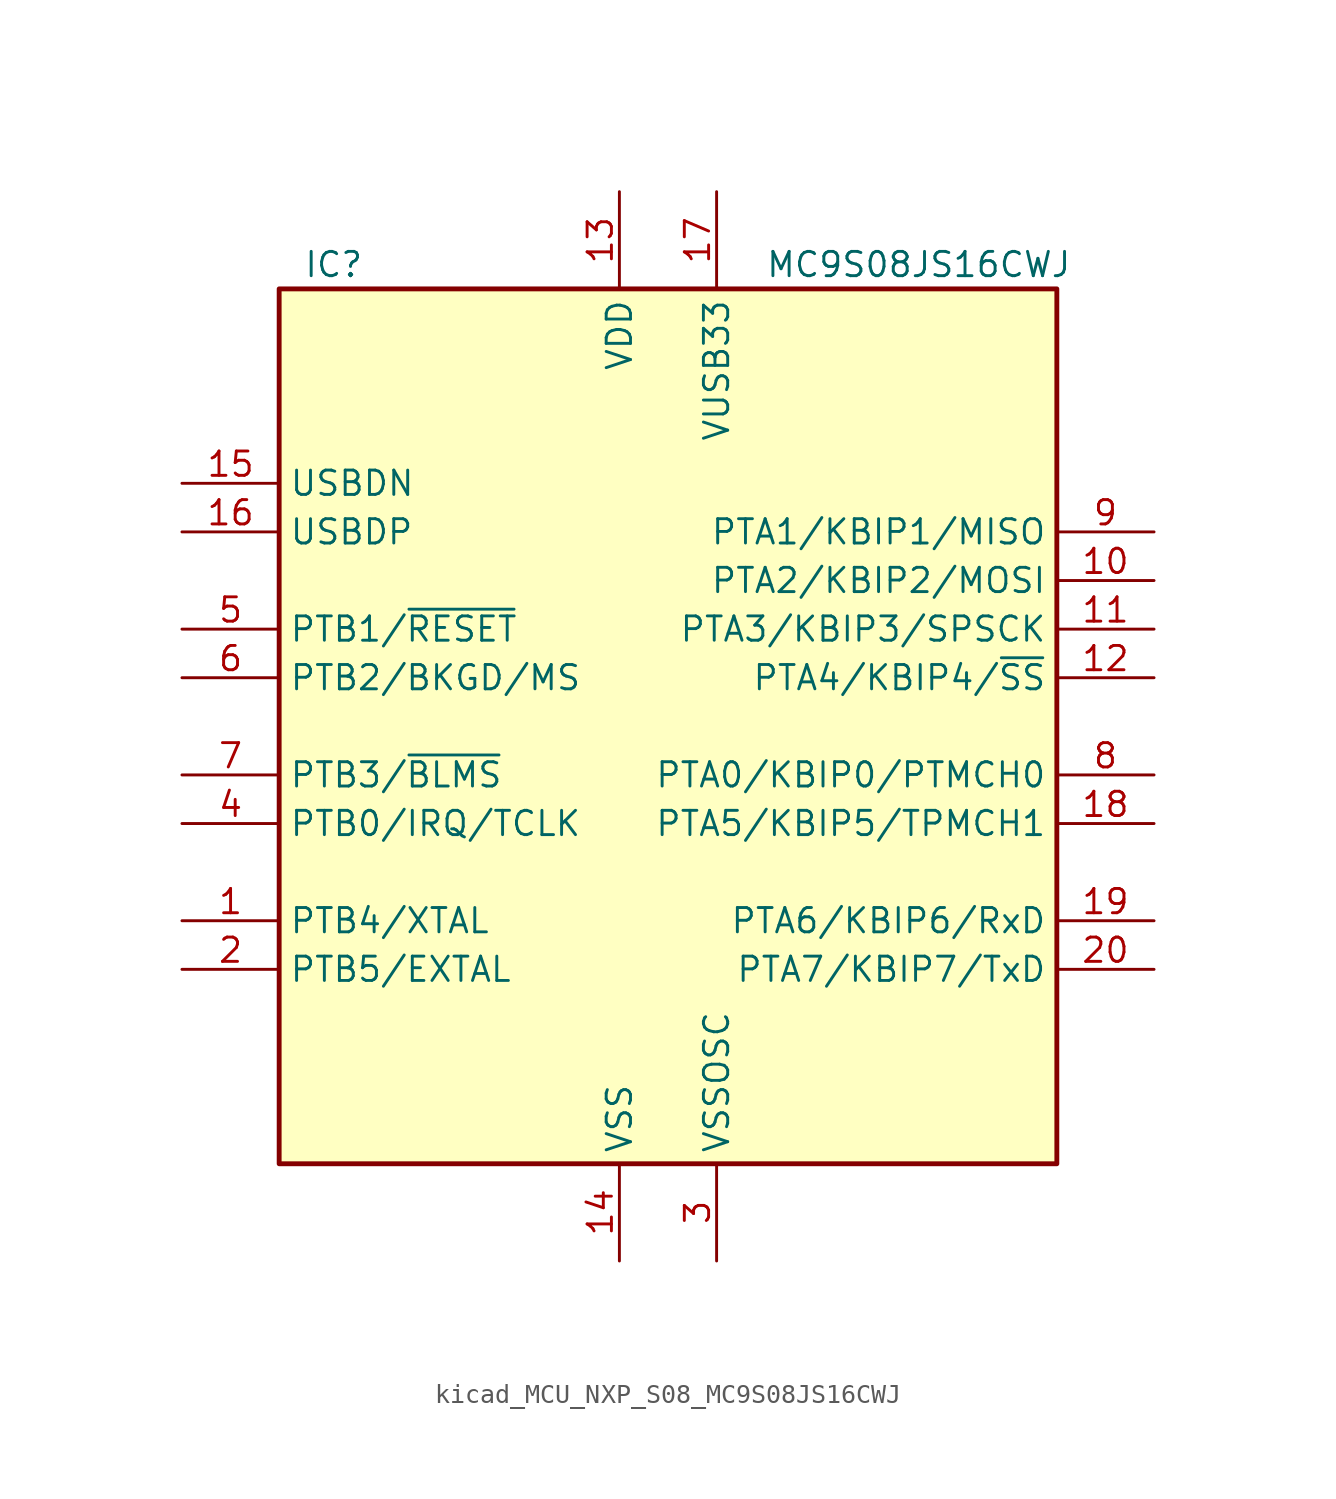
<source format=kicad_sym>
(kicad_symbol_lib
  (version 20220914)
  (generator kicad_symbol_editor)
  (symbol "kicad_MCU_NXP_S08_MC9S08JS16CWJ"
    (property "Reference" "IC"
      (at -19.05 24.13 0)
      (effects (font (size 1.27 1.27)) (justify left)))
    (property "Value" "MC9S08JS16CWJ"
      (at 5.08 24.13 0)
      (effects (font (size 1.27 1.27)) (justify left)))
    (symbol "kicad_MCU_NXP_S08_MC9S08JS16CWJ_0_1"
      (rectangle (start -20.32 22.86) (end 20.32 -22.86) (stroke (width 0.254) (type default)) (fill (type background))))
    (symbol "kicad_MCU_NXP_S08_MC9S08JS16CWJ_1_1"
      (pin bidirectional line (at -25.4 -10.16 0) (length 5.08) (name "PTB4/XTAL" (effects (font (size 1.27 1.27)))) (number "1" (effects (font (size 1.27 1.27)))))
      (pin bidirectional line (at 25.4 7.62 180) (length 5.08) (name "PTA2/KBIP2/MOSI" (effects (font (size 1.27 1.27)))) (number "10" (effects (font (size 1.27 1.27)))))
      (pin bidirectional line (at 25.4 5.08 180) (length 5.08) (name "PTA3/KBIP3/SPSCK" (effects (font (size 1.27 1.27)))) (number "11" (effects (font (size 1.27 1.27)))))
      (pin bidirectional line (at 25.4 2.54 180) (length 5.08) (name "PTA4/KBIP4/~{SS}" (effects (font (size 1.27 1.27)))) (number "12" (effects (font (size 1.27 1.27)))))
      (pin power_in line (at -2.54 27.94 270) (length 5.08) (name "VDD" (effects (font (size 1.27 1.27)))) (number "13" (effects (font (size 1.27 1.27)))))
      (pin power_in line (at -2.54 -27.94 90) (length 5.08) (name "VSS" (effects (font (size 1.27 1.27)))) (number "14" (effects (font (size 1.27 1.27)))))
      (pin bidirectional line (at -25.4 12.7 0) (length 5.08) (name "USBDN" (effects (font (size 1.27 1.27)))) (number "15" (effects (font (size 1.27 1.27)))))
      (pin bidirectional line (at -25.4 10.16 0) (length 5.08) (name "USBDP" (effects (font (size 1.27 1.27)))) (number "16" (effects (font (size 1.27 1.27)))))
      (pin power_out line (at 2.54 27.94 270) (length 5.08) (name "VUSB33" (effects (font (size 1.27 1.27)))) (number "17" (effects (font (size 1.27 1.27)))))
      (pin bidirectional line (at 25.4 -5.08 180) (length 5.08) (name "PTA5/KBIP5/TPMCH1" (effects (font (size 1.27 1.27)))) (number "18" (effects (font (size 1.27 1.27)))))
      (pin bidirectional line (at 25.4 -10.16 180) (length 5.08) (name "PTA6/KBIP6/RxD" (effects (font (size 1.27 1.27)))) (number "19" (effects (font (size 1.27 1.27)))))
      (pin bidirectional line (at -25.4 -12.7 0) (length 5.08) (name "PTB5/EXTAL" (effects (font (size 1.27 1.27)))) (number "2" (effects (font (size 1.27 1.27)))))
      (pin bidirectional line (at 25.4 -12.7 180) (length 5.08) (name "PTA7/KBIP7/TxD" (effects (font (size 1.27 1.27)))) (number "20" (effects (font (size 1.27 1.27)))))
      (pin power_in line (at 2.54 -27.94 90) (length 5.08) (name "VSSOSC" (effects (font (size 1.27 1.27)))) (number "3" (effects (font (size 1.27 1.27)))))
      (pin bidirectional line (at -25.4 -5.08 0) (length 5.08) (name "PTB0/IRQ/TCLK" (effects (font (size 1.27 1.27)))) (number "4" (effects (font (size 1.27 1.27)))))
      (pin bidirectional line (at -25.4 5.08 0) (length 5.08) (name "PTB1/~{RESET}" (effects (font (size 1.27 1.27)))) (number "5" (effects (font (size 1.27 1.27)))))
      (pin bidirectional line (at -25.4 2.54 0) (length 5.08) (name "PTB2/BKGD/MS" (effects (font (size 1.27 1.27)))) (number "6" (effects (font (size 1.27 1.27)))))
      (pin bidirectional line (at -25.4 -2.54 0) (length 5.08) (name "PTB3/~{BLMS}" (effects (font (size 1.27 1.27)))) (number "7" (effects (font (size 1.27 1.27)))))
      (pin bidirectional line (at 25.4 -2.54 180) (length 5.08) (name "PTA0/KBIP0/PTMCH0" (effects (font (size 1.27 1.27)))) (number "8" (effects (font (size 1.27 1.27)))))
      (pin bidirectional line (at 25.4 10.16 180) (length 5.08) (name "PTA1/KBIP1/MISO" (effects (font (size 1.27 1.27)))) (number "9" (effects (font (size 1.27 1.27))))))))
</source>
